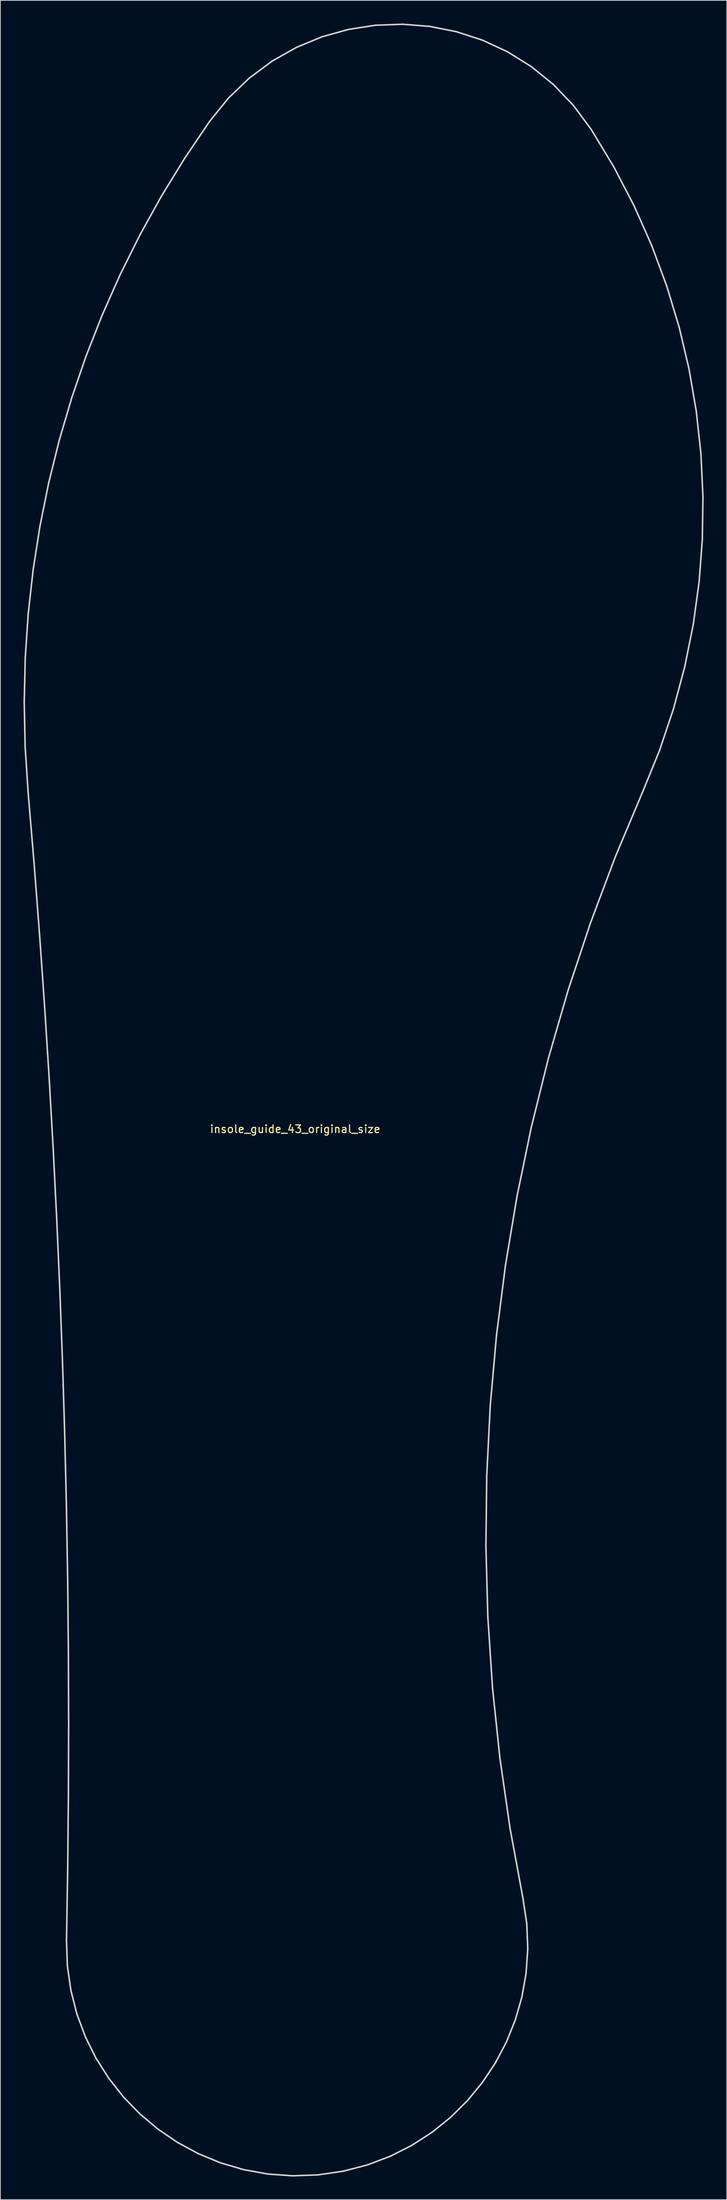
<source format=kicad_pcb>
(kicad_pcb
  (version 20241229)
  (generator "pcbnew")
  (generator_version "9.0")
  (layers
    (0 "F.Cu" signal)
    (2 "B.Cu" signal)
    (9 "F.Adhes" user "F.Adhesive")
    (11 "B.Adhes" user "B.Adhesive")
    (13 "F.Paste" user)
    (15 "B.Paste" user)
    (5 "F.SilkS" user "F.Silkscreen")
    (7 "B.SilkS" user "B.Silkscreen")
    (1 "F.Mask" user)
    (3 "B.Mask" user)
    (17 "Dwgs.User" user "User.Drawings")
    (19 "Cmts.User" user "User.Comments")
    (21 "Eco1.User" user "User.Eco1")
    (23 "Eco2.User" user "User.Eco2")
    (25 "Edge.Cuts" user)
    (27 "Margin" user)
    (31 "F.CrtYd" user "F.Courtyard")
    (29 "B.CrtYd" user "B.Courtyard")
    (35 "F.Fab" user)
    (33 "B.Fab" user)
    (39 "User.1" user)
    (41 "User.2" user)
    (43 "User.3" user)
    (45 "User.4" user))
  (footprint "insole_guide_43_original_size"
    (layer "F.Cu")
    (at 35.349 143.198)
    (property "Reference" "insole_guide_43_original_size" (at 0 0.5 0) (layer "F.SilkS") (effects (font (size 1 1) (thickness 0.15))))
    (attr through_hole)
    (fp_line (start -35.249 -55.017) (end -35.131 -49.237) (stroke (width 0.2) (type solid)) (layer "Edge.Cuts"))
    (fp_line (start -35.131 -49.237) (end -34.755 -43.447) (stroke (width 0.2) (type solid)) (layer "Edge.Cuts"))
    (fp_line (start -35.113 -60.78) (end -35.249 -55.017) (stroke (width 0.2) (type solid)) (layer "Edge.Cuts"))
    (fp_line (start -34.755 -43.447) (end -33.974 -34.131) (stroke (width 0.2) (type solid)) (layer "Edge.Cuts"))
    (fp_line (start -34.724 -66.518) (end -35.113 -60.78) (stroke (width 0.2) (type solid)) (layer "Edge.Cuts"))
    (fp_line (start -34.084 -72.222) (end -34.724 -66.518) (stroke (width 0.2) (type solid)) (layer "Edge.Cuts"))
    (fp_line (start -33.974 -34.131) (end -33.256 -24.81) (stroke (width 0.2) (type solid)) (layer "Edge.Cuts"))
    (fp_line (start -33.256 -24.81) (end -32.599 -15.486) (stroke (width 0.2) (type solid)) (layer "Edge.Cuts"))
    (fp_line (start -33.197 -77.885) (end -34.084 -72.222) (stroke (width 0.2) (type solid)) (layer "Edge.Cuts"))
    (fp_line (start -32.599 -15.486) (end -32.006 -6.157) (stroke (width 0.2) (type solid)) (layer "Edge.Cuts"))
    (fp_line (start -32.062 -83.499) (end -33.197 -77.885) (stroke (width 0.2) (type solid)) (layer "Edge.Cuts"))
    (fp_line (start -32.006 -6.157) (end -31.474 3.174) (stroke (width 0.2) (type solid)) (layer "Edge.Cuts"))
    (fp_line (start -31.474 3.174) (end -31.005 12.509) (stroke (width 0.2) (type solid)) (layer "Edge.Cuts"))
    (fp_line (start -31.005 12.509) (end -30.599 21.846) (stroke (width 0.2) (type solid)) (layer "Edge.Cuts"))
    (fp_line (start -30.684 -89.055) (end -32.062 -83.499) (stroke (width 0.2) (type solid)) (layer "Edge.Cuts"))
    (fp_line (start -30.599 21.846) (end -30.254 31.186) (stroke (width 0.2) (type solid)) (layer "Edge.Cuts"))
    (fp_line (start -30.254 31.186) (end -29.973 40.528) (stroke (width 0.2) (type solid)) (layer "Edge.Cuts"))
    (fp_line (start -29.973 40.528) (end -29.753 49.872) (stroke (width 0.2) (type solid)) (layer "Edge.Cuts"))
    (fp_line (start -29.753 49.872) (end -29.596 59.217) (stroke (width 0.2) (type solid)) (layer "Edge.Cuts"))
    (fp_line (start -29.749 105.953) (end -29.636 109.261) (stroke (width 0.2) (type solid)) (layer "Edge.Cuts"))
    (fp_line (start -29.636 109.261) (end -29.176 112.464) (stroke (width 0.2) (type solid)) (layer "Edge.Cuts"))
    (fp_line (start -29.596 59.217) (end -29.502 68.563) (stroke (width 0.2) (type solid)) (layer "Edge.Cuts"))
    (fp_line (start -29.594 96.606) (end -29.749 105.953) (stroke (width 0.2) (type solid)) (layer "Edge.Cuts"))
    (fp_line (start -29.502 68.563) (end -29.47 77.91) (stroke (width 0.2) (type solid)) (layer "Edge.Cuts"))
    (fp_line (start -29.501 87.258) (end -29.594 96.606) (stroke (width 0.2) (type solid)) (layer "Edge.Cuts"))
    (fp_line (start -29.47 77.91) (end -29.501 87.258) (stroke (width 0.2) (type solid)) (layer "Edge.Cuts"))
    (fp_line (start -29.176 112.464) (end -28.388 115.546) (stroke (width 0.2) (type solid)) (layer "Edge.Cuts"))
    (fp_line (start -29.065 -94.545) (end -30.684 -89.055) (stroke (width 0.2) (type solid)) (layer "Edge.Cuts"))
    (fp_line (start -28.388 115.546) (end -27.291 118.488) (stroke (width 0.2) (type solid)) (layer "Edge.Cuts"))
    (fp_line (start -27.291 118.488) (end -25.905 121.273) (stroke (width 0.2) (type solid)) (layer "Edge.Cuts"))
    (fp_line (start -27.205 -99.962) (end -29.065 -94.545) (stroke (width 0.2) (type solid)) (layer "Edge.Cuts"))
    (fp_line (start -25.905 121.273) (end -24.248 123.884) (stroke (width 0.2) (type solid)) (layer "Edge.Cuts"))
    (fp_line (start -25.108 -105.296) (end -27.205 -99.962) (stroke (width 0.2) (type solid)) (layer "Edge.Cuts"))
    (fp_line (start -24.248 123.884) (end -22.34 126.301) (stroke (width 0.2) (type solid)) (layer "Edge.Cuts"))
    (fp_line (start -22.776 -110.542) (end -25.108 -105.296) (stroke (width 0.2) (type solid)) (layer "Edge.Cuts"))
    (fp_line (start -22.34 126.301) (end -20.2 128.507) (stroke (width 0.2) (type solid)) (layer "Edge.Cuts"))
    (fp_line (start -20.211 -115.689) (end -22.776 -110.542) (stroke (width 0.2) (type solid)) (layer "Edge.Cuts"))
    (fp_line (start -20.2 128.507) (end -17.847 130.485) (stroke (width 0.2) (type solid)) (layer "Edge.Cuts"))
    (fp_line (start -17.847 130.485) (end -15.301 132.216) (stroke (width 0.2) (type solid)) (layer "Edge.Cuts"))
    (fp_line (start -17.415 -120.73) (end -20.211 -115.689) (stroke (width 0.2) (type solid)) (layer "Edge.Cuts"))
    (fp_line (start -15.301 132.216) (end -12.579 133.683) (stroke (width 0.2) (type solid)) (layer "Edge.Cuts"))
    (fp_line (start -14.391 -125.657) (end -17.415 -120.73) (stroke (width 0.2) (type solid)) (layer "Edge.Cuts"))
    (fp_line (start -12.579 133.683) (end -9.702 134.868) (stroke (width 0.2) (type solid)) (layer "Edge.Cuts"))
    (fp_line (start -11.14 -130.463) (end -14.391 -125.657) (stroke (width 0.2) (type solid)) (layer "Edge.Cuts"))
    (fp_line (start -9.702 134.868) (end -6.689 135.753) (stroke (width 0.2) (type solid)) (layer "Edge.Cuts"))
    (fp_line (start -8.687 -133.497) (end -11.14 -130.463) (stroke (width 0.2) (type solid)) (layer "Edge.Cuts"))
    (fp_line (start -6.689 135.753) (end -3.559 136.32) (stroke (width 0.2) (type solid)) (layer "Edge.Cuts"))
    (fp_line (start -5.956 -136.113) (end -8.687 -133.497) (stroke (width 0.2) (type solid)) (layer "Edge.Cuts"))
    (fp_line (start -3.559 136.32) (end -0.331 136.551) (stroke (width 0.2) (type solid)) (layer "Edge.Cuts"))
    (fp_line (start -2.989 -138.314) (end -5.956 -136.113) (stroke (width 0.2) (type solid)) (layer "Edge.Cuts"))
    (fp_line (start -0.331 136.551) (end 2.975 136.428) (stroke (width 0.2) (type solid)) (layer "Edge.Cuts"))
    (fp_line (start 0.174 -140.098) (end -2.989 -138.314) (stroke (width 0.2) (type solid)) (layer "Edge.Cuts"))
    (fp_line (start 2.975 136.428) (end 6.249 135.949) (stroke (width 0.2) (type solid)) (layer "Edge.Cuts"))
    (fp_line (start 3.491 -141.468) (end 0.174 -140.098) (stroke (width 0.2) (type solid)) (layer "Edge.Cuts"))
    (fp_line (start 6.249 135.949) (end 9.382 135.137) (stroke (width 0.2) (type solid)) (layer "Edge.Cuts"))
    (fp_line (start 6.923 -142.424) (end 3.491 -141.468) (stroke (width 0.2) (type solid)) (layer "Edge.Cuts"))
    (fp_line (start 9.382 135.137) (end 12.357 134.012) (stroke (width 0.2) (type solid)) (layer "Edge.Cuts"))
    (fp_line (start 10.428 -142.967) (end 6.923 -142.424) (stroke (width 0.2) (type solid)) (layer "Edge.Cuts"))
    (fp_line (start 12.357 134.012) (end 15.16 132.596) (stroke (width 0.2) (type solid)) (layer "Edge.Cuts"))
    (fp_line (start 13.964 -143.098) (end 10.428 -142.967) (stroke (width 0.2) (type solid)) (layer "Edge.Cuts"))
    (fp_line (start 15.16 132.596) (end 17.774 130.909) (stroke (width 0.2) (type solid)) (layer "Edge.Cuts"))
    (fp_line (start 17.492 -142.818) (end 13.964 -143.098) (stroke (width 0.2) (type solid)) (layer "Edge.Cuts"))
    (fp_line (start 17.774 130.909) (end 20.185 128.973) (stroke (width 0.2) (type solid)) (layer "Edge.Cuts"))
    (fp_line (start 20.185 128.973) (end 22.376 126.809) (stroke (width 0.2) (type solid)) (layer "Edge.Cuts"))
    (fp_line (start 20.971 -142.127) (end 17.492 -142.818) (stroke (width 0.2) (type solid)) (layer "Edge.Cuts"))
    (fp_line (start 22.376 126.809) (end 24.331 124.437) (stroke (width 0.2) (type solid)) (layer "Edge.Cuts"))
    (fp_line (start 24.331 124.437) (end 26.036 121.88) (stroke (width 0.2) (type solid)) (layer "Edge.Cuts"))
    (fp_line (start 24.359 -141.026) (end 20.971 -142.127) (stroke (width 0.2) (type solid)) (layer "Edge.Cuts"))
    (fp_line (start 24.807 54.769) (end 24.911 45.598) (stroke (width 0.2) (type solid)) (layer "Edge.Cuts"))
    (fp_line (start 24.911 45.598) (end 25.37 36.445) (stroke (width 0.2) (type solid)) (layer "Edge.Cuts"))
    (fp_line (start 25.057 63.948) (end 24.807 54.769) (stroke (width 0.2) (type solid)) (layer "Edge.Cuts"))
    (fp_line (start 25.37 36.445) (end 26.181 27.319) (stroke (width 0.2) (type solid)) (layer "Edge.Cuts"))
    (fp_line (start 25.664 73.123) (end 25.057 63.948) (stroke (width 0.2) (type solid)) (layer "Edge.Cuts"))
    (fp_line (start 26.036 121.88) (end 27.474 119.157) (stroke (width 0.2) (type solid)) (layer "Edge.Cuts"))
    (fp_line (start 26.181 27.319) (end 27.345 18.231) (stroke (width 0.2) (type solid)) (layer "Edge.Cuts"))
    (fp_line (start 26.628 82.285) (end 25.664 73.123) (stroke (width 0.2) (type solid)) (layer "Edge.Cuts"))
    (fp_line (start 27.345 18.231) (end 28.859 9.192) (stroke (width 0.2) (type solid)) (layer "Edge.Cuts"))
    (fp_line (start 27.474 119.157) (end 28.63 116.289) (stroke (width 0.2) (type solid)) (layer "Edge.Cuts"))
    (fp_line (start 27.616 -139.517) (end 24.359 -141.026) (stroke (width 0.2) (type solid)) (layer "Edge.Cuts"))
    (fp_line (start 27.951 91.423) (end 26.628 82.285) (stroke (width 0.2) (type solid)) (layer "Edge.Cuts"))
    (fp_line (start 28.63 116.289) (end 29.489 113.299) (stroke (width 0.2) (type solid)) (layer "Edge.Cuts"))
    (fp_line (start 28.859 9.192) (end 30.722 0.212) (stroke (width 0.2) (type solid)) (layer "Edge.Cuts"))
    (fp_line (start 29.489 113.299) (end 30.034 110.207) (stroke (width 0.2) (type solid)) (layer "Edge.Cuts"))
    (fp_line (start 29.633 100.526) (end 27.951 91.423) (stroke (width 0.2) (type solid)) (layer "Edge.Cuts"))
    (fp_line (start 30.034 110.207) (end 30.25 107.033) (stroke (width 0.2) (type solid)) (layer "Edge.Cuts"))
    (fp_line (start 30.122 103.799) (end 29.633 100.526) (stroke (width 0.2) (type solid)) (layer "Edge.Cuts"))
    (fp_line (start 30.25 107.033) (end 30.122 103.799) (stroke (width 0.2) (type solid)) (layer "Edge.Cuts"))
    (fp_line (start 30.7 -137.6) (end 27.616 -139.517) (stroke (width 0.2) (type solid)) (layer "Edge.Cuts"))
    (fp_line (start 30.722 0.212) (end 32.934 -8.7) (stroke (width 0.2) (type solid)) (layer "Edge.Cuts"))
    (fp_line (start 32.934 -8.7) (end 35.494 -17.531) (stroke (width 0.2) (type solid)) (layer "Edge.Cuts"))
    (fp_line (start 33.571 -135.276) (end 30.7 -137.6) (stroke (width 0.2) (type solid)) (layer "Edge.Cuts"))
    (fp_line (start 35.494 -17.531) (end 38.4 -26.274) (stroke (width 0.2) (type solid)) (layer "Edge.Cuts"))
    (fp_line (start 36.188 -132.546) (end 33.571 -135.276) (stroke (width 0.2) (type solid)) (layer "Edge.Cuts"))
    (fp_line (start 38.4 -26.274) (end 41.65 -34.916) (stroke (width 0.2) (type solid)) (layer "Edge.Cuts"))
    (fp_line (start 38.511 -129.411) (end 36.188 -132.546) (stroke (width 0.2) (type solid)) (layer "Edge.Cuts"))
    (fp_line (start 41.463 -124.521) (end 38.511 -129.411) (stroke (width 0.2) (type solid)) (layer "Edge.Cuts"))
    (fp_line (start 41.65 -34.916) (end 45.245 -43.447) (stroke (width 0.2) (type solid)) (layer "Edge.Cuts"))
    (fp_line (start 44.083 -119.491) (end 41.463 -124.521) (stroke (width 0.2) (type solid)) (layer "Edge.Cuts"))
    (fp_line (start 45.245 -43.447) (end 47.399 -48.737) (stroke (width 0.2) (type solid)) (layer "Edge.Cuts"))
    (fp_line (start 46.371 -114.338) (end 44.083 -119.491) (stroke (width 0.2) (type solid)) (layer "Edge.Cuts"))
    (fp_line (start 47.399 -48.737) (end 49.205 -54.113) (stroke (width 0.2) (type solid)) (layer "Edge.Cuts"))
    (fp_line (start 48.324 -109.077) (end 46.371 -114.338) (stroke (width 0.2) (type solid)) (layer "Edge.Cuts"))
    (fp_line (start 49.205 -54.113) (end 50.662 -59.56) (stroke (width 0.2) (type solid)) (layer "Edge.Cuts"))
    (fp_line (start 49.942 -103.725) (end 48.324 -109.077) (stroke (width 0.2) (type solid)) (layer "Edge.Cuts"))
    (fp_line (start 50.662 -59.56) (end 51.772 -65.061) (stroke (width 0.2) (type solid)) (layer "Edge.Cuts"))
    (fp_line (start 51.224 -98.298) (end 49.942 -103.725) (stroke (width 0.2) (type solid)) (layer "Edge.Cuts"))
    (fp_line (start 51.772 -65.061) (end 52.537 -70.599) (stroke (width 0.2) (type solid)) (layer "Edge.Cuts"))
    (fp_line (start 52.167 -92.812) (end 51.224 -98.298) (stroke (width 0.2) (type solid)) (layer "Edge.Cuts"))
    (fp_line (start 52.537 -70.599) (end 52.958 -76.16) (stroke (width 0.2) (type solid)) (layer "Edge.Cuts"))
    (fp_line (start 52.772 -87.282) (end 52.167 -92.812) (stroke (width 0.2) (type solid)) (layer "Edge.Cuts"))
    (fp_line (start 52.958 -76.16) (end 53.036 -81.726) (stroke (width 0.2) (type solid)) (layer "Edge.Cuts"))
    (fp_line (start 53.036 -81.726) (end 52.772 -87.282) (stroke (width 0.2) (type solid)) (layer "Edge.Cuts")))
  (gr_rect
    (start -3 -3)
    (end 91.485 282.849)
    (stroke (width 0.1) (type default))
    (fill no)
    (layer "Edge.Cuts")))
</source>
